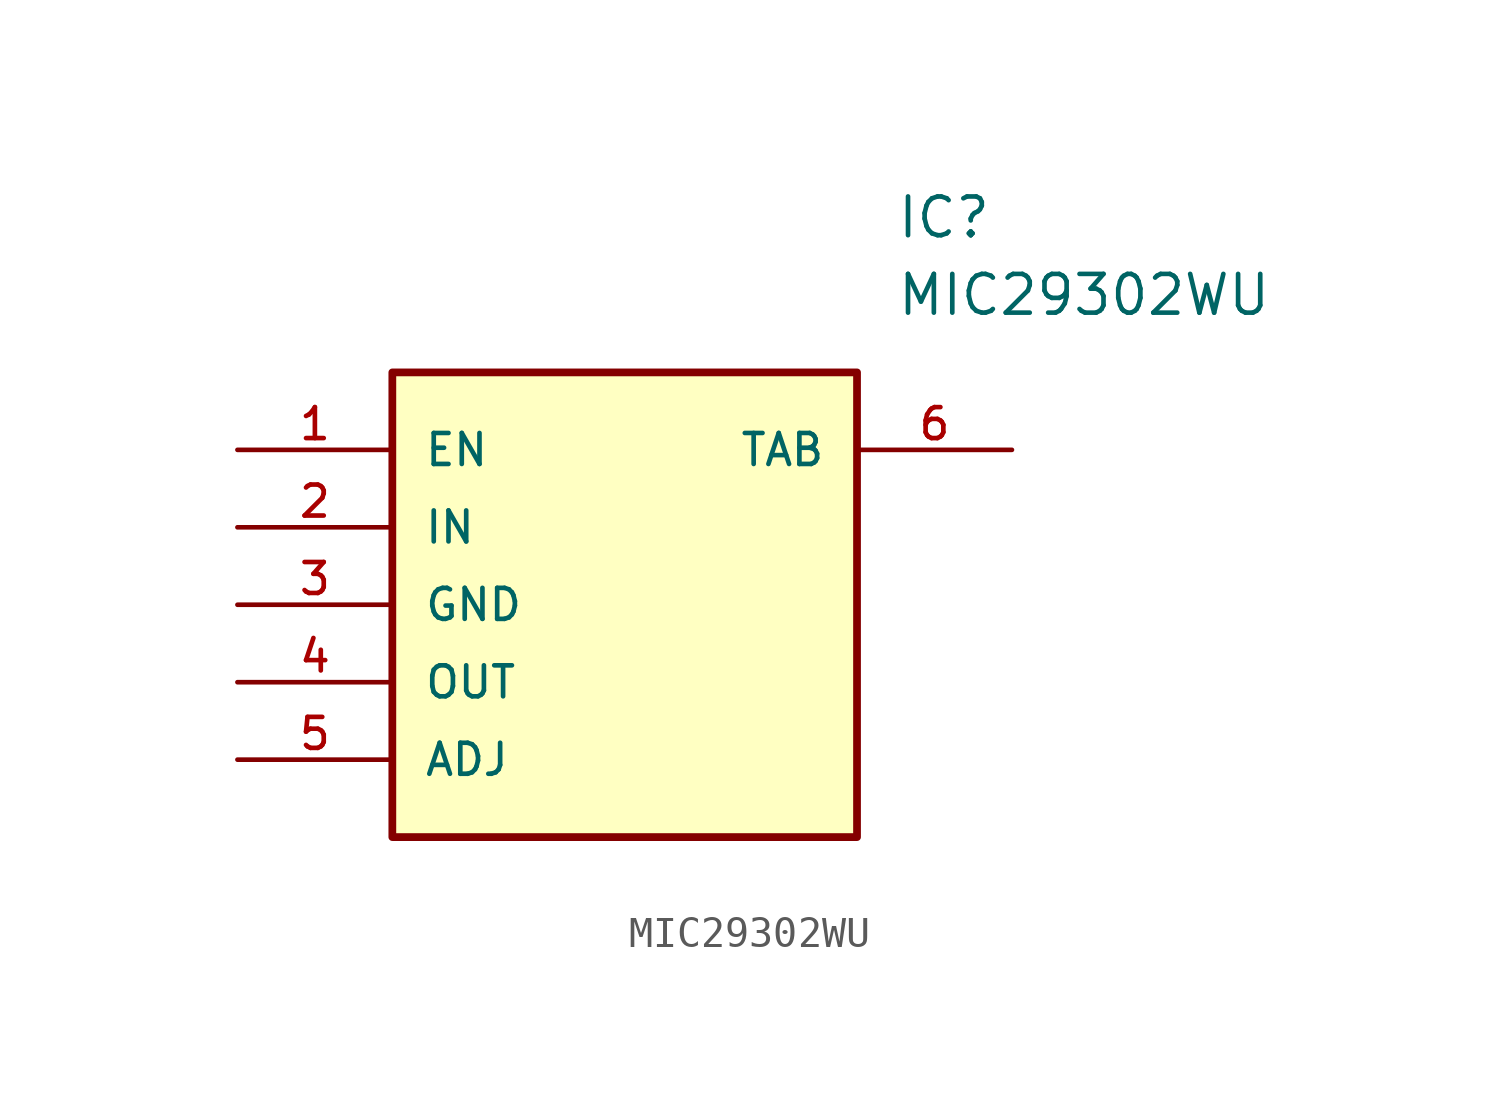
<source format=kicad_sym>
(kicad_symbol_lib
  (version 20211014)
  (generator kicad_symbol_editor)
  (symbol "MIC29302WU"
    (pin_names
      (offset 1.016))
    (property "Reference" "IC"
      (at 21.59 7.62 0)
      (effects (font (size 1.27 1.27)) (justify left)))
    (property "Value" "MIC29302WU"
      (at 21.59 5.08 0)
      (effects (font (size 1.27 1.27)) (justify left)))
    (symbol "MIC29302WU_0_0"
      (rectangle (start 5.08 -12.7) (end 20.32 2.54) (stroke (width 0.254)) (fill (type background)))
      (pin bidirectional line (at 0.0 0.0 0) (length 5.08) (name "EN" (effects (font (size 1.016 1.016)))) (number "1" (effects (font (size 1.016 1.016)))))
      (pin bidirectional line (at 0.0 -2.54 0) (length 5.08) (name "IN" (effects (font (size 1.016 1.016)))) (number "2" (effects (font (size 1.016 1.016)))))
      (pin bidirectional line (at 0.0 -5.08 0) (length 5.08) (name "GND" (effects (font (size 1.016 1.016)))) (number "3" (effects (font (size 1.016 1.016)))))
      (pin bidirectional line (at 0.0 -7.62 0) (length 5.08) (name "OUT" (effects (font (size 1.016 1.016)))) (number "4" (effects (font (size 1.016 1.016)))))
      (pin bidirectional line (at 0.0 -10.16 0) (length 5.08) (name "ADJ" (effects (font (size 1.016 1.016)))) (number "5" (effects (font (size 1.016 1.016)))))
      (pin bidirectional line (at 25.4 0.0 180.0) (length 5.08) (name "TAB" (effects (font (size 1.016 1.016)))) (number "6" (effects (font (size 1.016 1.016))))))))
</source>
